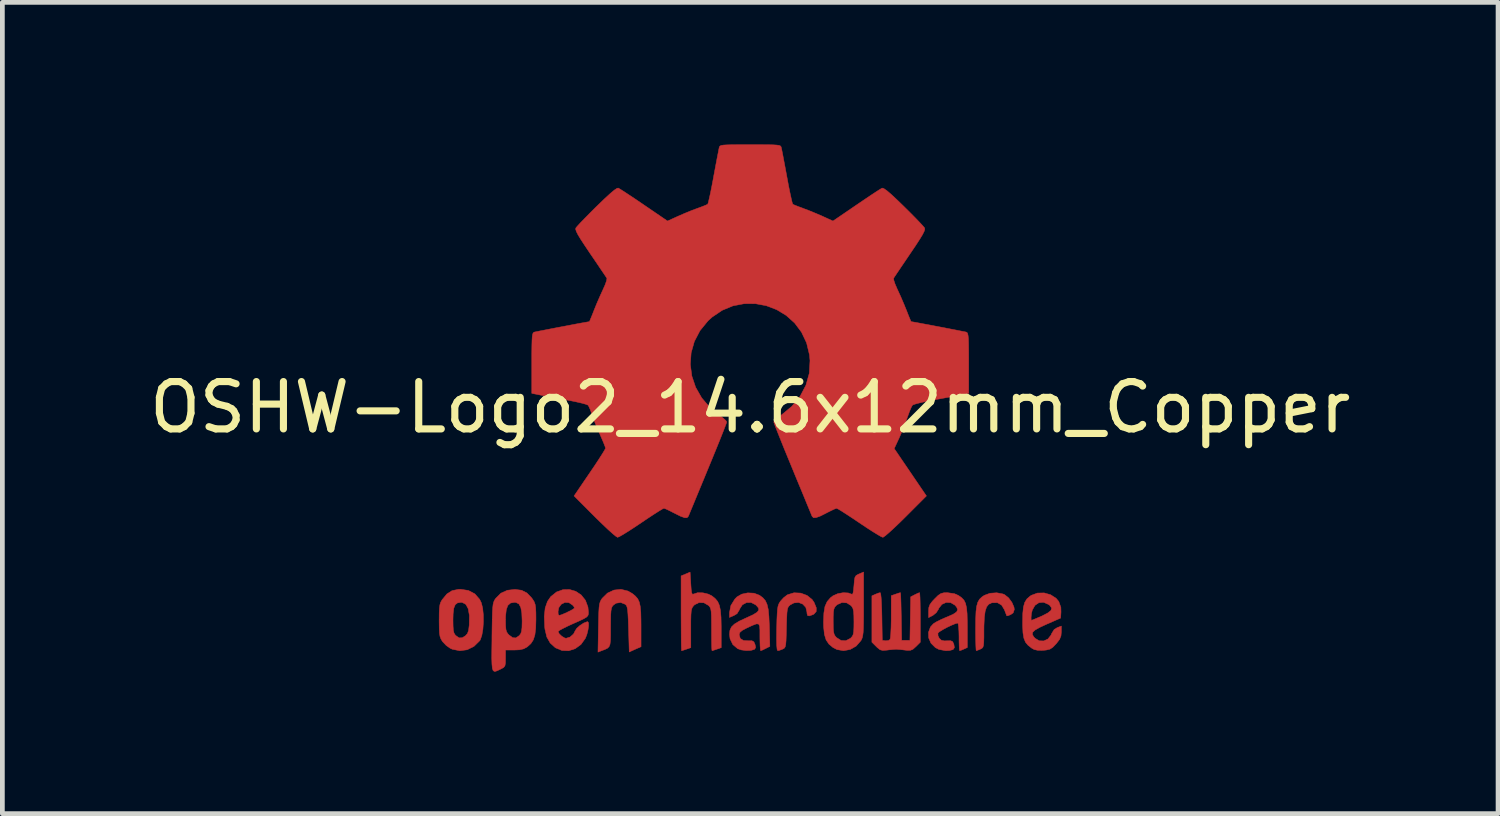
<source format=kicad_pcb>
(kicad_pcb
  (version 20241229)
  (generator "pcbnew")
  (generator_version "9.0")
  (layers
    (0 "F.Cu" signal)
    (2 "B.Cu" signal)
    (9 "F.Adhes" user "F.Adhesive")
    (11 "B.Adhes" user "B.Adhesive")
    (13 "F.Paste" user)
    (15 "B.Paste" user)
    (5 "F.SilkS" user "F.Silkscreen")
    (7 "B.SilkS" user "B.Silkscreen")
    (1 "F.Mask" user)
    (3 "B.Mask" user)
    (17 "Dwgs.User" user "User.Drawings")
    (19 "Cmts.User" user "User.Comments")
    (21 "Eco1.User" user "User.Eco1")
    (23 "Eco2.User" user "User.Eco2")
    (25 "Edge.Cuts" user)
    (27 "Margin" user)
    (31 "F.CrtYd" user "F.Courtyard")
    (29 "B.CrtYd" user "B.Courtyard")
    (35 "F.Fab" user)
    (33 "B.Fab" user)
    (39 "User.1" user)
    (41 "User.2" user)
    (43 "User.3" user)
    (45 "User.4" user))
  (footprint "OSHW-Logo2_14.6x12mm_Copper"
    (layer "F.Cu")
    (at 12.792 5.552)
    (property "Reference" "OSHW-Logo2_14.6x12mm_Copper" (at 0 0 0) (layer "F.SilkS") (effects (font (size 1 1) (thickness 0.15))))
    (attr exclude_from_pos_files exclude_from_bom)
    (fp_poly (pts (xy 5.336 3.94) (xy 5.371 3.955) (xy 5.454 4.021) (xy 5.525 4.117) (xy 5.569 4.218) (xy 5.576 4.269) (xy 5.552 4.339) (xy 5.5 4.376) (xy 5.443 4.398) (xy 5.417 4.402) (xy 5.405 4.372) (xy 5.38 4.307) (xy 5.369 4.277) (xy 5.308 4.175) (xy 5.219 4.124) (xy 5.105 4.126) (xy 5.097 4.128) (xy 5.036 4.157) (xy 4.991 4.213) (xy 4.961 4.303) (xy 4.943 4.435) (xy 4.935 4.614) (xy 4.934 4.709) (xy 4.934 4.86) (xy 4.931 4.962) (xy 4.925 5.028) (xy 4.912 5.066) (xy 4.892 5.088) (xy 4.861 5.104) (xy 4.86 5.105) (xy 4.801 5.129) (xy 4.772 5.138) (xy 4.768 5.111) (xy 4.764 5.035) (xy 4.761 4.92) (xy 4.759 4.775) (xy 4.759 4.67) (xy 4.761 4.466) (xy 4.767 4.311) (xy 4.782 4.196) (xy 4.806 4.113) (xy 4.842 4.051) (xy 4.893 4.003) (xy 4.943 3.969) (xy 5.063 3.925) (xy 5.204 3.915) (xy 5.336 3.94)) (stroke (width 0.01) (type solid)) (fill yes) (layer "F.Cu"))
    (fp_poly (pts (xy -2.583 3.878) (xy -2.489 3.932) (xy -2.424 3.986) (xy -2.376 4.042) (xy -2.343 4.111) (xy -2.323 4.202) (xy -2.311 4.327) (xy -2.307 4.493) (xy -2.306 4.613) (xy -2.306 5.054) (xy -2.431 5.109) (xy -2.555 5.165) (xy -2.569 4.682) (xy -2.575 4.502) (xy -2.582 4.371) (xy -2.589 4.281) (xy -2.6 4.222) (xy -2.614 4.185) (xy -2.634 4.163) (xy -2.64 4.158) (xy -2.736 4.12) (xy -2.833 4.135) (xy -2.89 4.175) (xy -2.914 4.203) (xy -2.93 4.241) (xy -2.94 4.297) (xy -2.946 4.383) (xy -2.948 4.51) (xy -2.949 4.641) (xy -2.949 4.806) (xy -2.952 4.923) (xy -2.961 5.002) (xy -2.981 5.052) (xy -3.015 5.086) (xy -3.068 5.112) (xy -3.138 5.138) (xy -3.215 5.168) (xy -3.206 4.649) (xy -3.202 4.463) (xy -3.198 4.324) (xy -3.192 4.226) (xy -3.183 4.156) (xy -3.169 4.107) (xy -3.15 4.067) (xy -3.127 4.033) (xy -3.015 3.922) (xy -2.878 3.858) (xy -2.73 3.842) (xy -2.583 3.878)) (stroke (width 0.01) (type solid)) (fill yes) (layer "F.Cu"))
    (fp_poly (pts (xy 1.066 3.922) (xy 1.199 3.971) (xy 1.306 4.057) (xy 1.348 4.118) (xy 1.394 4.23) (xy 1.393 4.311) (xy 1.345 4.365) (xy 1.327 4.375) (xy 1.25 4.403) (xy 1.211 4.396) (xy 1.198 4.348) (xy 1.197 4.321) (xy 1.173 4.223) (xy 1.109 4.154) (xy 1.021 4.12) (xy 0.923 4.129) (xy 0.843 4.172) (xy 0.816 4.197) (xy 0.796 4.227) (xy 0.783 4.273) (xy 0.775 4.343) (xy 0.77 4.45) (xy 0.765 4.602) (xy 0.764 4.65) (xy 0.76 4.815) (xy 0.756 4.931) (xy 0.749 5.008) (xy 0.738 5.055) (xy 0.722 5.082) (xy 0.698 5.098) (xy 0.683 5.105) (xy 0.618 5.13) (xy 0.58 5.138) (xy 0.567 5.111) (xy 0.559 5.029) (xy 0.556 4.89) (xy 0.558 4.694) (xy 0.559 4.664) (xy 0.563 4.485) (xy 0.569 4.355) (xy 0.576 4.262) (xy 0.587 4.198) (xy 0.603 4.151) (xy 0.626 4.111) (xy 0.637 4.094) (xy 0.705 4.019) (xy 0.78 3.961) (xy 0.789 3.956) (xy 0.924 3.915) (xy 1.066 3.922)) (stroke (width 0.01) (type solid)) (fill yes) (layer "F.Cu"))
    (fp_poly (pts (xy 3.58 3.94) (xy 3.585 4.017) (xy 3.588 4.133) (xy 3.59 4.281) (xy 3.591 4.435) (xy 3.591 4.959) (xy 3.499 5.051) (xy 3.435 5.108) (xy 3.379 5.131) (xy 3.303 5.13) (xy 3.272 5.126) (xy 3.178 5.115) (xy 3.099 5.109) (xy 3.08 5.108) (xy 3.016 5.112) (xy 2.924 5.121) (xy 2.888 5.126) (xy 2.8 5.133) (xy 2.741 5.118) (xy 2.683 5.072) (xy 2.662 5.051) (xy 2.569 4.959) (xy 2.569 3.98) (xy 2.644 3.946) (xy 2.708 3.921) (xy 2.745 3.912) (xy 2.755 3.94) (xy 2.764 4.018) (xy 2.771 4.136) (xy 2.777 4.288) (xy 2.78 4.416) (xy 2.788 4.919) (xy 2.858 4.929) (xy 2.921 4.922) (xy 2.952 4.9) (xy 2.961 4.858) (xy 2.968 4.77) (xy 2.974 4.645) (xy 2.977 4.496) (xy 2.977 4.419) (xy 2.978 3.976) (xy 3.07 3.944) (xy 3.135 3.922) (xy 3.17 3.912) (xy 3.171 3.912) (xy 3.175 3.94) (xy 3.179 4.016) (xy 3.183 4.133) (xy 3.186 4.279) (xy 3.189 4.416) (xy 3.197 4.919) (xy 3.372 4.919) (xy 3.38 4.46) (xy 3.388 4.001) (xy 3.474 3.956) (xy 3.537 3.926) (xy 3.574 3.912) (xy 3.575 3.912) (xy 3.58 3.94)) (stroke (width 0.01) (type solid)) (fill yes) (layer "F.Cu"))
    (fp_poly (pts (xy -1.255 3.724) (xy -1.247 3.843) (xy -1.237 3.914) (xy -1.223 3.944) (xy -1.203 3.945) (xy -1.197 3.941) (xy -1.111 3.914) (xy -0.999 3.916) (xy -0.886 3.943) (xy -0.814 3.978) (xy -0.742 4.035) (xy -0.688 4.099) (xy -0.652 4.18) (xy -0.629 4.288) (xy -0.617 4.433) (xy -0.613 4.624) (xy -0.613 4.661) (xy -0.613 5.074) (xy -0.705 5.106) (xy -0.77 5.128) (xy -0.806 5.138) (xy -0.807 5.138) (xy -0.811 5.111) (xy -0.814 5.035) (xy -0.816 4.921) (xy -0.817 4.778) (xy -0.817 4.691) (xy -0.818 4.52) (xy -0.82 4.397) (xy -0.825 4.313) (xy -0.834 4.258) (xy -0.849 4.221) (xy -0.871 4.193) (xy -0.885 4.18) (xy -0.979 4.126) (xy -1.082 4.122) (xy -1.175 4.168) (xy -1.192 4.184) (xy -1.217 4.215) (xy -1.235 4.252) (xy -1.246 4.304) (xy -1.252 4.384) (xy -1.255 4.501) (xy -1.255 4.663) (xy -1.255 5.074) (xy -1.347 5.106) (xy -1.413 5.128) (xy -1.448 5.138) (xy -1.45 5.138) (xy -1.452 5.11) (xy -1.455 5.032) (xy -1.457 4.909) (xy -1.458 4.751) (xy -1.459 4.565) (xy -1.46 4.358) (xy -1.46 4.349) (xy -1.46 3.559) (xy -1.365 3.519) (xy -1.27 3.479) (xy -1.255 3.724)) (stroke (width 0.01) (type solid)) (fill yes) (layer "F.Cu"))
    (fp_poly (pts (xy -5.952 3.866) (xy -5.815 3.938) (xy -5.714 4.054) (xy -5.678 4.128) (xy -5.65 4.24) (xy -5.636 4.381) (xy -5.635 4.535) (xy -5.645 4.686) (xy -5.668 4.816) (xy -5.701 4.91) (xy -5.711 4.926) (xy -5.833 5.046) (xy -5.977 5.118) (xy -6.133 5.139) (xy -6.291 5.107) (xy -6.335 5.087) (xy -6.42 5.027) (xy -6.496 4.947) (xy -6.503 4.937) (xy -6.532 4.888) (xy -6.551 4.836) (xy -6.562 4.767) (xy -6.567 4.669) (xy -6.569 4.528) (xy -6.569 4.496) (xy -6.569 4.486) (xy -6.277 4.486) (xy -6.275 4.619) (xy -6.269 4.708) (xy -6.255 4.765) (xy -6.231 4.804) (xy -6.219 4.817) (xy -6.149 4.867) (xy -6.081 4.865) (xy -6.012 4.822) (xy -5.971 4.775) (xy -5.947 4.708) (xy -5.934 4.601) (xy -5.933 4.589) (xy -5.93 4.396) (xy -5.955 4.253) (xy -6.005 4.16) (xy -6.082 4.119) (xy -6.109 4.117) (xy -6.181 4.128) (xy -6.23 4.167) (xy -6.26 4.242) (xy -6.274 4.361) (xy -6.277 4.486) (xy -6.569 4.486) (xy -6.568 4.346) (xy -6.563 4.241) (xy -6.553 4.168) (xy -6.536 4.114) (xy -6.509 4.067) (xy -6.503 4.058) (xy -6.404 3.939) (xy -6.296 3.87) (xy -6.164 3.843) (xy -6.119 3.841) (xy -5.952 3.866)) (stroke (width 0.01) (type solid)) (fill yes) (layer "F.Cu"))
    (fp_poly (pts (xy 6.343 3.957) (xy 6.459 4.032) (xy 6.515 4.1) (xy 6.559 4.222) (xy 6.562 4.319) (xy 6.554 4.449) (xy 6.255 4.58) (xy 6.11 4.647) (xy 6.015 4.701) (xy 5.965 4.747) (xy 5.957 4.793) (xy 5.984 4.843) (xy 6.014 4.876) (xy 6.102 4.929) (xy 6.198 4.932) (xy 6.286 4.891) (xy 6.351 4.809) (xy 6.362 4.78) (xy 6.418 4.69) (xy 6.482 4.651) (xy 6.569 4.618) (xy 6.569 4.743) (xy 6.561 4.828) (xy 6.531 4.9) (xy 6.468 4.982) (xy 6.458 4.993) (xy 6.388 5.066) (xy 6.327 5.106) (xy 6.251 5.124) (xy 6.188 5.13) (xy 6.075 5.131) (xy 5.995 5.113) (xy 5.945 5.085) (xy 5.867 5.024) (xy 5.812 4.958) (xy 5.778 4.874) (xy 5.759 4.762) (xy 5.752 4.609) (xy 5.752 4.531) (xy 5.754 4.438) (xy 5.93 4.438) (xy 5.932 4.488) (xy 5.937 4.496) (xy 5.971 4.485) (xy 6.043 4.455) (xy 6.14 4.414) (xy 6.16 4.405) (xy 6.282 4.342) (xy 6.35 4.288) (xy 6.364 4.237) (xy 6.329 4.185) (xy 6.3 4.162) (xy 6.194 4.116) (xy 6.095 4.124) (xy 6.013 4.18) (xy 5.956 4.279) (xy 5.937 4.357) (xy 5.93 4.438) (xy 5.754 4.438) (xy 5.755 4.349) (xy 5.769 4.215) (xy 5.797 4.117) (xy 5.842 4.045) (xy 5.907 3.988) (xy 5.935 3.969) (xy 6.065 3.921) (xy 6.206 3.918) (xy 6.343 3.957)) (stroke (width 0.01) (type solid)) (fill yes) (layer "F.Cu"))
    (fp_poly (pts (xy 2.394 4.154) (xy 2.394 4.373) (xy 2.392 4.541) (xy 2.389 4.666) (xy 2.384 4.757) (xy 2.375 4.822) (xy 2.364 4.869) (xy 2.348 4.906) (xy 2.336 4.927) (xy 2.236 5.041) (xy 2.111 5.112) (xy 1.971 5.138) (xy 1.832 5.114) (xy 1.749 5.072) (xy 1.662 4.999) (xy 1.602 4.911) (xy 1.566 4.794) (xy 1.55 4.639) (xy 1.547 4.525) (xy 1.548 4.517) (xy 1.752 4.517) (xy 1.753 4.648) (xy 1.759 4.734) (xy 1.772 4.791) (xy 1.795 4.832) (xy 1.823 4.862) (xy 1.918 4.922) (xy 2.019 4.927) (xy 2.115 4.877) (xy 2.122 4.871) (xy 2.154 4.836) (xy 2.174 4.794) (xy 2.185 4.732) (xy 2.189 4.636) (xy 2.19 4.529) (xy 2.188 4.396) (xy 2.182 4.307) (xy 2.169 4.248) (xy 2.145 4.206) (xy 2.126 4.184) (xy 2.038 4.128) (xy 1.936 4.121) (xy 1.838 4.164) (xy 1.819 4.18) (xy 1.787 4.215) (xy 1.767 4.258) (xy 1.757 4.32) (xy 1.752 4.417) (xy 1.752 4.517) (xy 1.548 4.517) (xy 1.555 4.342) (xy 1.578 4.204) (xy 1.624 4.101) (xy 1.694 4.02) (xy 1.749 3.978) (xy 1.848 3.934) (xy 1.964 3.913) (xy 2.071 3.919) (xy 2.131 3.941) (xy 2.155 3.947) (xy 2.17 3.924) (xy 2.181 3.86) (xy 2.19 3.763) (xy 2.199 3.655) (xy 2.211 3.589) (xy 2.234 3.552) (xy 2.274 3.528) (xy 2.299 3.517) (xy 2.394 3.477) (xy 2.394 4.154)) (stroke (width 0.01) (type solid)) (fill yes) (layer "F.Cu"))
    (fp_poly (pts (xy -3.684 3.885) (xy -3.569 3.962) (xy -3.48 4.074) (xy -3.427 4.216) (xy -3.417 4.321) (xy -3.418 4.365) (xy -3.428 4.398) (xy -3.456 4.428) (xy -3.511 4.461) (xy -3.601 4.505) (xy -3.736 4.565) (xy -3.737 4.565) (xy -3.861 4.622) (xy -3.963 4.673) (xy -4.032 4.711) (xy -4.058 4.733) (xy -4.058 4.733) (xy -4.035 4.78) (xy -3.982 4.831) (xy -3.921 4.868) (xy -3.889 4.876) (xy -3.805 4.85) (xy -3.732 4.786) (xy -3.696 4.716) (xy -3.662 4.664) (xy -3.595 4.605) (xy -3.516 4.554) (xy -3.446 4.527) (xy -3.432 4.525) (xy -3.415 4.55) (xy -3.414 4.614) (xy -3.426 4.701) (xy -3.449 4.793) (xy -3.48 4.873) (xy -3.482 4.877) (xy -3.575 5.007) (xy -3.696 5.095) (xy -3.833 5.139) (xy -3.975 5.134) (xy -4.112 5.077) (xy -4.118 5.073) (xy -4.225 4.975) (xy -4.296 4.848) (xy -4.335 4.682) (xy -4.34 4.635) (xy -4.349 4.413) (xy -4.338 4.31) (xy -4.058 4.31) (xy -4.055 4.375) (xy -4.035 4.393) (xy -3.985 4.379) (xy -3.907 4.346) (xy -3.819 4.304) (xy -3.817 4.303) (xy -3.743 4.264) (xy -3.713 4.238) (xy -3.721 4.211) (xy -3.751 4.175) (xy -3.83 4.123) (xy -3.915 4.119) (xy -3.991 4.157) (xy -4.043 4.23) (xy -4.058 4.31) (xy -4.338 4.31) (xy -4.33 4.236) (xy -4.281 4.096) (xy -4.213 3.997) (xy -4.09 3.898) (xy -3.954 3.849) (xy -3.816 3.846) (xy -3.684 3.885)) (stroke (width 0.01) (type solid)) (fill yes) (layer "F.Cu"))
    (fp_poly (pts (xy 0.08 3.924) (xy 0.194 3.967) (xy 0.196 3.968) (xy 0.266 4.02) (xy 0.319 4.081) (xy 0.355 4.16) (xy 0.38 4.267) (xy 0.394 4.413) (xy 0.403 4.605) (xy 0.404 4.633) (xy 0.414 5.047) (xy 0.325 5.092) (xy 0.261 5.123) (xy 0.222 5.138) (xy 0.22 5.138) (xy 0.214 5.111) (xy 0.208 5.038) (xy 0.205 4.931) (xy 0.204 4.844) (xy 0.204 4.704) (xy 0.198 4.616) (xy 0.176 4.574) (xy 0.128 4.572) (xy 0.045 4.604) (xy -0.08 4.662) (xy -0.172 4.711) (xy -0.22 4.753) (xy -0.234 4.799) (xy -0.234 4.801) (xy -0.211 4.88) (xy -0.143 4.923) (xy -0.039 4.929) (xy 0.036 4.928) (xy 0.076 4.95) (xy 0.1 5.002) (xy 0.115 5.068) (xy 0.094 5.105) (xy 0.087 5.11) (xy 0.014 5.132) (xy -0.087 5.135) (xy -0.192 5.121) (xy -0.266 5.095) (xy -0.368 5.008) (xy -0.426 4.887) (xy -0.438 4.792) (xy -0.429 4.707) (xy -0.397 4.637) (xy -0.334 4.576) (xy -0.232 4.514) (xy -0.082 4.444) (xy -0.073 4.44) (xy 0.062 4.378) (xy 0.145 4.326) (xy 0.181 4.28) (xy 0.173 4.234) (xy 0.126 4.18) (xy 0.112 4.168) (xy 0.017 4.12) (xy -0.081 4.122) (xy -0.166 4.169) (xy -0.223 4.256) (xy -0.228 4.273) (xy -0.279 4.356) (xy -0.344 4.395) (xy -0.438 4.435) (xy -0.438 4.333) (xy -0.409 4.184) (xy -0.325 4.048) (xy -0.28 4.002) (xy -0.18 3.944) (xy -0.052 3.917) (xy 0.08 3.924)) (stroke (width 0.01) (type solid)) (fill yes) (layer "F.Cu"))
    (fp_poly (pts (xy -4.828 3.862) (xy -4.717 3.918) (xy -4.618 4.02) (xy -4.591 4.058) (xy -4.561 4.107) (xy -4.542 4.161) (xy -4.531 4.233) (xy -4.526 4.337) (xy -4.525 4.474) (xy -4.53 4.662) (xy -4.547 4.803) (xy -4.58 4.908) (xy -4.632 4.988) (xy -4.706 5.055) (xy -4.711 5.059) (xy -4.785 5.099) (xy -4.873 5.119) (xy -4.985 5.124) (xy -5.167 5.124) (xy -5.168 5.301) (xy -5.169 5.399) (xy -5.18 5.457) (xy -5.207 5.492) (xy -5.258 5.521) (xy -5.271 5.527) (xy -5.329 5.555) (xy -5.374 5.573) (xy -5.407 5.574) (xy -5.431 5.554) (xy -5.446 5.506) (xy -5.454 5.424) (xy -5.458 5.303) (xy -5.457 5.136) (xy -5.454 4.919) (xy -5.454 4.854) (xy -5.451 4.63) (xy -5.448 4.483) (xy -5.168 4.483) (xy -5.166 4.607) (xy -5.159 4.689) (xy -5.143 4.743) (xy -5.115 4.784) (xy -5.096 4.804) (xy -5.018 4.863) (xy -4.949 4.868) (xy -4.877 4.819) (xy -4.876 4.817) (xy -4.847 4.78) (xy -4.829 4.728) (xy -4.82 4.65) (xy -4.817 4.529) (xy -4.817 4.503) (xy -4.824 4.337) (xy -4.846 4.222) (xy -4.885 4.151) (xy -4.945 4.12) (xy -4.979 4.117) (xy -5.061 4.131) (xy -5.118 4.181) (xy -5.151 4.27) (xy -5.166 4.407) (xy -5.168 4.483) (xy -5.448 4.483) (xy -5.448 4.456) (xy -5.444 4.325) (xy -5.438 4.23) (xy -5.43 4.162) (xy -5.419 4.115) (xy -5.404 4.079) (xy -5.385 4.048) (xy -5.377 4.036) (xy -5.267 3.925) (xy -5.129 3.862) (xy -4.968 3.844) (xy -4.828 3.862)) (stroke (width 0.01) (type solid)) (fill yes) (layer "F.Cu"))
    (fp_poly (pts (xy 4.314 3.935) (xy 4.398 3.973) (xy 4.464 4.02) (xy 4.513 4.072) (xy 4.546 4.138) (xy 4.567 4.23) (xy 4.579 4.355) (xy 4.583 4.525) (xy 4.584 4.636) (xy 4.584 5.071) (xy 4.509 5.105) (xy 4.451 5.129) (xy 4.422 5.138) (xy 4.416 5.111) (xy 4.412 5.038) (xy 4.409 4.931) (xy 4.409 4.846) (xy 4.406 4.724) (xy 4.399 4.627) (xy 4.39 4.567) (xy 4.382 4.554) (xy 4.33 4.567) (xy 4.249 4.601) (xy 4.155 4.645) (xy 4.065 4.694) (xy 3.995 4.737) (xy 3.963 4.767) (xy 3.963 4.767) (xy 3.965 4.822) (xy 3.99 4.874) (xy 4.035 4.917) (xy 4.099 4.931) (xy 4.154 4.929) (xy 4.232 4.928) (xy 4.273 4.946) (xy 4.297 4.995) (xy 4.3 5.004) (xy 4.311 5.073) (xy 4.283 5.114) (xy 4.208 5.134) (xy 4.128 5.138) (xy 3.984 5.111) (xy 3.909 5.072) (xy 3.817 4.98) (xy 3.768 4.868) (xy 3.764 4.749) (xy 3.805 4.638) (xy 3.867 4.569) (xy 3.929 4.53) (xy 4.027 4.481) (xy 4.141 4.431) (xy 4.16 4.424) (xy 4.285 4.369) (xy 4.357 4.32) (xy 4.38 4.272) (xy 4.358 4.217) (xy 4.321 4.175) (xy 4.233 4.123) (xy 4.137 4.119) (xy 4.048 4.159) (xy 3.984 4.239) (xy 3.976 4.26) (xy 3.927 4.336) (xy 3.856 4.393) (xy 3.766 4.439) (xy 3.766 4.308) (xy 3.771 4.227) (xy 3.794 4.164) (xy 3.844 4.096) (xy 3.893 4.044) (xy 3.968 3.97) (xy 4.026 3.931) (xy 4.088 3.915) (xy 4.159 3.912) (xy 4.314 3.935)) (stroke (width 0.01) (type solid)) (fill yes) (layer "F.Cu"))
    (fp_poly (pts (xy 0.209 -5.547) (xy 0.367 -5.546) (xy 0.481 -5.544) (xy 0.559 -5.539) (xy 0.609 -5.532) (xy 0.636 -5.521) (xy 0.65 -5.505) (xy 0.656 -5.484) (xy 0.657 -5.481) (xy 0.667 -5.433) (xy 0.686 -5.337) (xy 0.711 -5.204) (xy 0.741 -5.045) (xy 0.774 -4.868) (xy 0.775 -4.862) (xy 0.807 -4.689) (xy 0.838 -4.537) (xy 0.865 -4.413) (xy 0.885 -4.328) (xy 0.898 -4.291) (xy 0.898 -4.29) (xy 0.935 -4.272) (xy 1.011 -4.242) (xy 1.109 -4.206) (xy 1.109 -4.205) (xy 1.233 -4.159) (xy 1.379 -4.099) (xy 1.517 -4.04) (xy 1.523 -4.037) (xy 1.747 -3.935) (xy 2.244 -4.274) (xy 2.396 -4.377) (xy 2.534 -4.47) (xy 2.649 -4.546) (xy 2.735 -4.601) (xy 2.782 -4.629) (xy 2.786 -4.631) (xy 2.82 -4.621) (xy 2.884 -4.577) (xy 2.98 -4.495) (xy 3.11 -4.373) (xy 3.243 -4.244) (xy 3.372 -4.116) (xy 3.487 -4) (xy 3.581 -3.902) (xy 3.648 -3.829) (xy 3.681 -3.79) (xy 3.682 -3.788) (xy 3.686 -3.76) (xy 3.672 -3.716) (xy 3.638 -3.648) (xy 3.579 -3.551) (xy 3.493 -3.418) (xy 3.378 -3.248) (xy 3.276 -3.097) (xy 3.185 -2.963) (xy 3.11 -2.851) (xy 3.056 -2.771) (xy 3.029 -2.73) (xy 3.028 -2.727) (xy 3.031 -2.687) (xy 3.056 -2.61) (xy 3.098 -2.511) (xy 3.113 -2.479) (xy 3.178 -2.337) (xy 3.247 -2.176) (xy 3.304 -2.036) (xy 3.344 -1.933) (xy 3.377 -1.854) (xy 3.395 -1.813) (xy 3.397 -1.81) (xy 3.432 -1.805) (xy 3.513 -1.791) (xy 3.629 -1.769) (xy 3.771 -1.743) (xy 3.927 -1.713) (xy 4.087 -1.683) (xy 4.239 -1.653) (xy 4.374 -1.627) (xy 4.479 -1.606) (xy 4.546 -1.593) (xy 4.562 -1.589) (xy 4.579 -1.579) (xy 4.591 -1.557) (xy 4.6 -1.516) (xy 4.607 -1.449) (xy 4.61 -1.347) (xy 4.612 -1.204) (xy 4.613 -1.013) (xy 4.613 -0.934) (xy 4.613 -0.296) (xy 4.46 -0.266) (xy 4.374 -0.249) (xy 4.247 -0.225) (xy 4.093 -0.197) (xy 3.929 -0.167) (xy 3.883 -0.158) (xy 3.731 -0.129) (xy 3.598 -0.1) (xy 3.497 -0.074) (xy 3.437 -0.054) (xy 3.427 -0.048) (xy 3.402 -0.005) (xy 3.367 0.076) (xy 3.328 0.182) (xy 3.32 0.204) (xy 3.269 0.345) (xy 3.206 0.504) (xy 3.144 0.646) (xy 3.144 0.647) (xy 3.04 0.87) (xy 3.72 1.87) (xy 3.284 2.307) (xy 3.152 2.437) (xy 3.031 2.552) (xy 2.929 2.645) (xy 2.852 2.711) (xy 2.807 2.742) (xy 2.801 2.744) (xy 2.763 2.729) (xy 2.686 2.684) (xy 2.577 2.617) (xy 2.447 2.533) (xy 2.305 2.438) (xy 2.161 2.341) (xy 2.033 2.257) (xy 1.929 2.19) (xy 1.857 2.147) (xy 1.824 2.131) (xy 1.785 2.144) (xy 1.71 2.179) (xy 1.614 2.227) (xy 1.604 2.233) (xy 1.476 2.297) (xy 1.389 2.328) (xy 1.334 2.329) (xy 1.306 2.3) (xy 1.305 2.299) (xy 1.291 2.264) (xy 1.257 2.182) (xy 1.206 2.059) (xy 1.141 1.9) (xy 1.064 1.714) (xy 0.977 1.505) (xy 0.894 1.302) (xy 0.802 1.079) (xy 0.717 0.872) (xy 0.643 0.688) (xy 0.581 0.533) (xy 0.534 0.414) (xy 0.505 0.336) (xy 0.496 0.307) (xy 0.519 0.274) (xy 0.577 0.221) (xy 0.656 0.163) (xy 0.879 -0.022) (xy 1.053 -0.234) (xy 1.176 -0.468) (xy 1.247 -0.721) (xy 1.262 -0.987) (xy 1.251 -1.109) (xy 1.189 -1.364) (xy 1.082 -1.589) (xy 0.937 -1.782) (xy 0.76 -1.941) (xy 0.559 -2.063) (xy 0.339 -2.147) (xy 0.107 -2.19) (xy -0.13 -2.189) (xy -0.365 -2.144) (xy -0.592 -2.05) (xy -0.804 -1.907) (xy -0.892 -1.827) (xy -1.062 -1.619) (xy -1.18 -1.392) (xy -1.248 -1.153) (xy -1.265 -0.907) (xy -1.233 -0.662) (xy -1.153 -0.424) (xy -1.025 -0.2) (xy -0.851 0.003) (xy -0.656 0.163) (xy -0.574 0.224) (xy -0.517 0.276) (xy -0.496 0.307) (xy -0.507 0.342) (xy -0.538 0.423) (xy -0.586 0.546) (xy -0.649 0.704) (xy -0.725 0.891) (xy -0.81 1.099) (xy -0.894 1.302) (xy -0.986 1.526) (xy -1.072 1.733) (xy -1.148 1.917) (xy -1.212 2.072) (xy -1.262 2.192) (xy -1.294 2.27) (xy -1.306 2.299) (xy -1.334 2.329) (xy -1.388 2.329) (xy -1.476 2.297) (xy -1.603 2.233) (xy -1.604 2.233) (xy -1.701 2.183) (xy -1.778 2.147) (xy -1.822 2.131) (xy -1.824 2.131) (xy -1.857 2.147) (xy -1.93 2.191) (xy -2.035 2.258) (xy -2.163 2.342) (xy -2.305 2.438) (xy -2.45 2.535) (xy -2.58 2.619) (xy -2.688 2.686) (xy -2.764 2.729) (xy -2.801 2.744) (xy -2.835 2.724) (xy -2.902 2.669) (xy -2.997 2.584) (xy -3.112 2.475) (xy -3.242 2.349) (xy -3.284 2.307) (xy -3.72 1.87) (xy -3.388 1.382) (xy -3.287 1.233) (xy -3.198 1.098) (xy -3.127 0.987) (xy -3.078 0.907) (xy -3.056 0.865) (xy -3.056 0.862) (xy -3.067 0.823) (xy -3.098 0.744) (xy -3.143 0.639) (xy -3.174 0.568) (xy -3.233 0.433) (xy -3.289 0.296) (xy -3.332 0.181) (xy -3.343 0.146) (xy -3.376 0.052) (xy -3.409 -0.02) (xy -3.427 -0.048) (xy -3.466 -0.064) (xy -3.552 -0.088) (xy -3.673 -0.116) (xy -3.818 -0.146) (xy -3.883 -0.158) (xy -4.048 -0.189) (xy -4.206 -0.218) (xy -4.343 -0.243) (xy -4.441 -0.262) (xy -4.46 -0.266) (xy -4.613 -0.296) (xy -4.613 -0.934) (xy -4.613 -1.144) (xy -4.611 -1.303) (xy -4.608 -1.418) (xy -4.603 -1.497) (xy -4.595 -1.546) (xy -4.583 -1.573) (xy -4.568 -1.586) (xy -4.562 -1.589) (xy -4.524 -1.597) (xy -4.44 -1.614) (xy -4.321 -1.637) (xy -4.178 -1.665) (xy -4.022 -1.695) (xy -3.862 -1.725) (xy -3.711 -1.754) (xy -3.578 -1.779) (xy -3.475 -1.797) (xy -3.412 -1.808) (xy -3.397 -1.81) (xy -3.385 -1.835) (xy -3.357 -1.902) (xy -3.318 -1.999) (xy -3.304 -2.036) (xy -3.245 -2.182) (xy -3.175 -2.343) (xy -3.113 -2.479) (xy -3.067 -2.582) (xy -3.036 -2.668) (xy -3.026 -2.72) (xy -3.028 -2.727) (xy -3.049 -2.76) (xy -3.098 -2.833) (xy -3.17 -2.939) (xy -3.258 -3.07) (xy -3.359 -3.218) (xy -3.379 -3.247) (xy -3.495 -3.42) (xy -3.581 -3.552) (xy -3.639 -3.648) (xy -3.673 -3.716) (xy -3.686 -3.76) (xy -3.683 -3.787) (xy -3.683 -3.787) (xy -3.654 -3.823) (xy -3.59 -3.893) (xy -3.498 -3.988) (xy -3.385 -4.103) (xy -3.258 -4.23) (xy -3.243 -4.244) (xy -3.083 -4.399) (xy -2.959 -4.513) (xy -2.87 -4.588) (xy -2.812 -4.626) (xy -2.786 -4.631) (xy -2.749 -4.609) (xy -2.671 -4.56) (xy -2.562 -4.488) (xy -2.428 -4.399) (xy -2.279 -4.298) (xy -2.244 -4.274) (xy -1.747 -3.935) (xy -1.523 -4.037) (xy -1.387 -4.096) (xy -1.241 -4.156) (xy -1.115 -4.203) (xy -1.109 -4.205) (xy -1.011 -4.241) (xy -0.935 -4.272) (xy -0.898 -4.29) (xy -0.898 -4.29) (xy -0.886 -4.323) (xy -0.867 -4.405) (xy -0.84 -4.525) (xy -0.81 -4.676) (xy -0.777 -4.848) (xy -0.775 -4.862) (xy -0.742 -5.039) (xy -0.712 -5.199) (xy -0.686 -5.333) (xy -0.667 -5.43) (xy -0.657 -5.481) (xy -0.657 -5.481) (xy -0.651 -5.503) (xy -0.638 -5.519) (xy -0.613 -5.531) (xy -0.566 -5.539) (xy -0.492 -5.543) (xy -0.382 -5.546) (xy -0.229 -5.547) (xy -0.026 -5.547) (xy 0 -5.547) (xy 0.209 -5.547)) (stroke (width 0.01) (type solid)) (fill yes) (layer "F.Cu")))
  (gr_rect
    (start -3 -3)
    (end 28.583 14.131)
    (stroke (width 0.1) (type default))
    (fill no)
    (layer "Edge.Cuts")))
</source>
